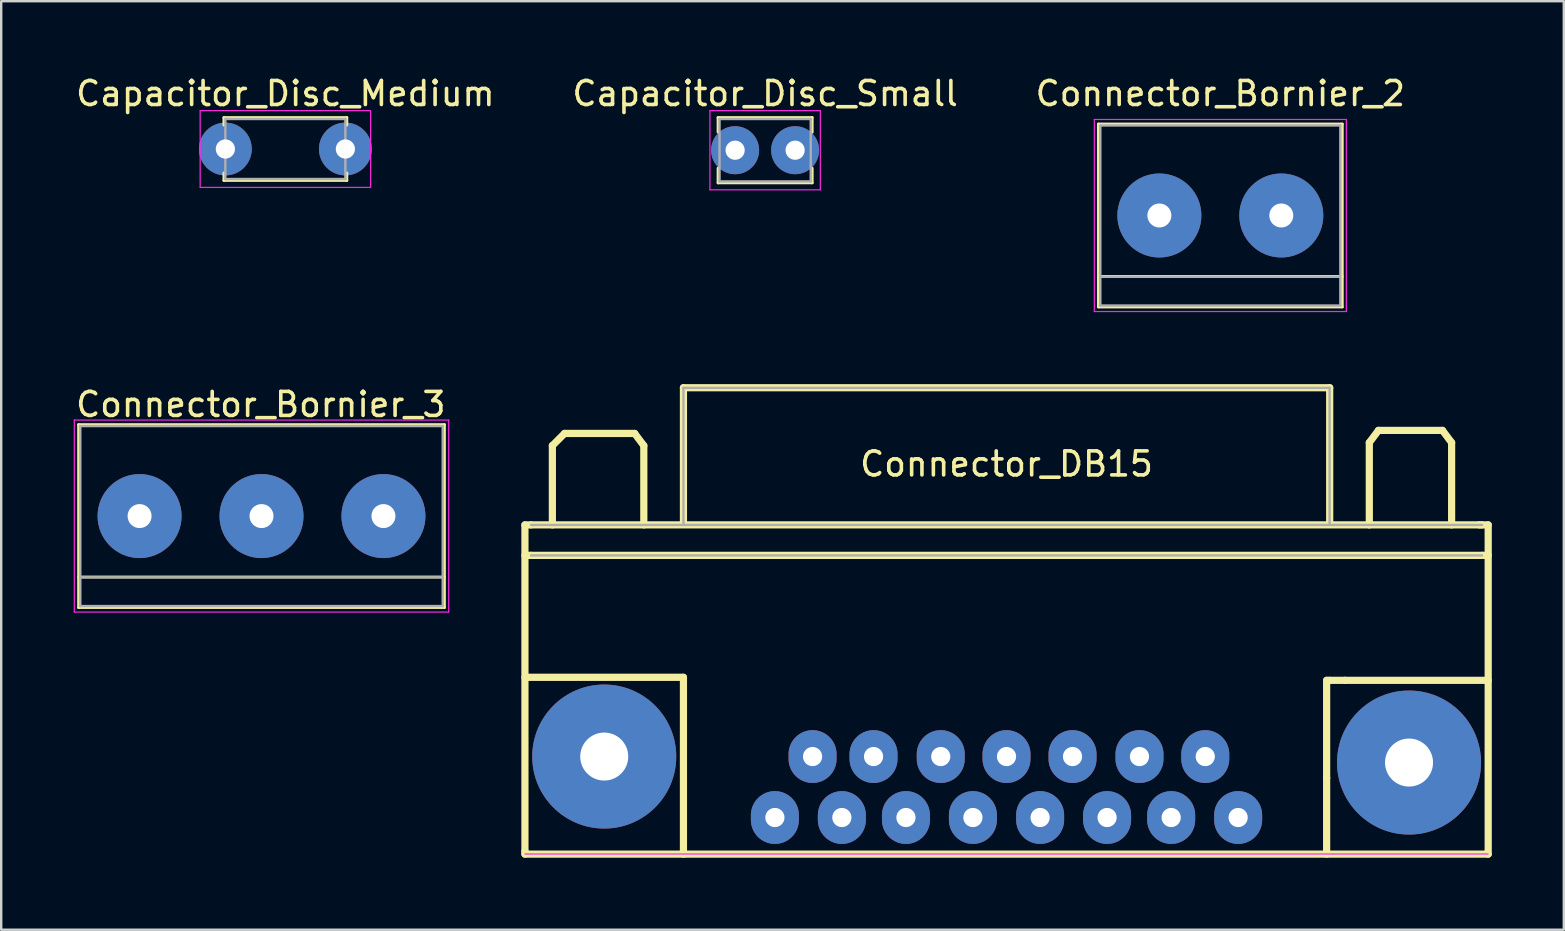
<source format=kicad_pcb>
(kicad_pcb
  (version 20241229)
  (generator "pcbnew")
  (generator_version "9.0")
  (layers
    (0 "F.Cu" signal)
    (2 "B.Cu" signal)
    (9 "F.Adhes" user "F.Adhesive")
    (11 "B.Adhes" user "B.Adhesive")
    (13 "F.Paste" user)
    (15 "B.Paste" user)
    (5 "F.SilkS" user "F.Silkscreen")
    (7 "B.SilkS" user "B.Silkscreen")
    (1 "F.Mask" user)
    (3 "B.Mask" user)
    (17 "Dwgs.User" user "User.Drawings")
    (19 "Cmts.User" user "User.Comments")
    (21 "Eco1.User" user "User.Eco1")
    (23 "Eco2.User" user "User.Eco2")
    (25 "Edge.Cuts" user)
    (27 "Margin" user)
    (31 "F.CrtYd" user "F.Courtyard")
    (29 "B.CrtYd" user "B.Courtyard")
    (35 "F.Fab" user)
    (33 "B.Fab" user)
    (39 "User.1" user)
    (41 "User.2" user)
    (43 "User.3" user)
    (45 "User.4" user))
  (footprint "Connector_Bornier_3"
    (layer "F.Cu")
    (at 2.765 18.451)
    (property "Reference" "Connector_Bornier_3" (at 5.05 -4.65 0) (layer "F.SilkS") (effects (font (size 1 1) (thickness 0.15))))
    (attr through_hole)
    (fp_line (start -2.54 -3.81) (end 12.7 -3.81) (stroke (width 0.12) (type solid)) (layer "F.SilkS"))
    (fp_line (start -2.54 2.54) (end 12.7 2.54) (stroke (width 0.12) (type solid)) (layer "F.SilkS"))
    (fp_line (start -2.54 3.81) (end -2.54 -3.81) (stroke (width 0.12) (type solid)) (layer "F.SilkS"))
    (fp_line (start -2.54 3.81) (end 12.7 3.81) (stroke (width 0.12) (type solid)) (layer "F.SilkS"))
    (fp_line (start 12.7 3.81) (end 12.7 -3.81) (stroke (width 0.12) (type solid)) (layer "F.SilkS"))
    (fp_line (start -2.72 -4) (end -2.72 4) (stroke (width 0.05) (type solid)) (layer "F.CrtYd"))
    (fp_line (start -2.72 -4) (end 12.88 -4) (stroke (width 0.05) (type solid)) (layer "F.CrtYd"))
    (fp_line (start 12.88 4) (end -2.72 4) (stroke (width 0.05) (type solid)) (layer "F.CrtYd"))
    (fp_line (start 12.88 4) (end 12.88 -4) (stroke (width 0.05) (type solid)) (layer "F.CrtYd"))
    (fp_line (start -2.47 -3.75) (end 12.63 -3.75) (stroke (width 0.1) (type solid)) (layer "F.Fab"))
    (fp_line (start -2.47 2.55) (end 12.63 2.55) (stroke (width 0.1) (type solid)) (layer "F.Fab"))
    (fp_line (start -2.47 3.75) (end -2.47 -3.75) (stroke (width 0.1) (type solid)) (layer "F.Fab"))
    (fp_line (start 12.63 -3.75) (end 12.63 3.75) (stroke (width 0.1) (type solid)) (layer "F.Fab"))
    (fp_line (start 12.63 3.75) (end -2.47 3.75) (stroke (width 0.1) (type solid)) (layer "F.Fab"))
    (pad "1" thru_hole circle (at 0 0) (size 3.5 3.5) (drill 1) (layers "*.Cu" "*.Mask"))
    (pad "2" thru_hole circle (at 5.08 0) (size 3.5 3.5) (drill 1) (layers "*.Cu" "*.Mask"))
    (pad "3" thru_hole circle (at 10.16 0) (size 3.5 3.5) (drill 1) (layers "*.Cu" "*.Mask")))
  (footprint "Capacitor_Disc_Medium"
    (layer "F.Cu")
    (at 6.339 3.158)
    (property "Reference" "Capacitor_Disc_Medium" (at 2.5 -2.31 0) (layer "F.SilkS") (effects (font (size 1 1) (thickness 0.15))))
    (attr through_hole)
    (fp_line (start -0.06 -1.31) (end -0.06 -0.996) (stroke (width 0.12) (type solid)) (layer "F.SilkS"))
    (fp_line (start -0.06 -1.31) (end 5.06 -1.31) (stroke (width 0.12) (type solid)) (layer "F.SilkS"))
    (fp_line (start -0.06 0.996) (end -0.06 1.31) (stroke (width 0.12) (type solid)) (layer "F.SilkS"))
    (fp_line (start -0.06 1.31) (end 5.06 1.31) (stroke (width 0.12) (type solid)) (layer "F.SilkS"))
    (fp_line (start 5.06 -1.31) (end 5.06 -0.996) (stroke (width 0.12) (type solid)) (layer "F.SilkS"))
    (fp_line (start 5.06 0.996) (end 5.06 1.31) (stroke (width 0.12) (type solid)) (layer "F.SilkS"))
    (fp_line (start -1.05 -1.6) (end -1.05 1.6) (stroke (width 0.05) (type solid)) (layer "F.CrtYd"))
    (fp_line (start -1.05 1.6) (end 6.05 1.6) (stroke (width 0.05) (type solid)) (layer "F.CrtYd"))
    (fp_line (start 6.05 -1.6) (end -1.05 -1.6) (stroke (width 0.05) (type solid)) (layer "F.CrtYd"))
    (fp_line (start 6.05 1.6) (end 6.05 -1.6) (stroke (width 0.05) (type solid)) (layer "F.CrtYd"))
    (fp_line (start 0 -1.25) (end 0 1.25) (stroke (width 0.1) (type solid)) (layer "F.Fab"))
    (fp_line (start 0 1.25) (end 5 1.25) (stroke (width 0.1) (type solid)) (layer "F.Fab"))
    (fp_line (start 5 -1.25) (end 0 -1.25) (stroke (width 0.1) (type solid)) (layer "F.Fab"))
    (fp_line (start 5 1.25) (end 5 -1.25) (stroke (width 0.1) (type solid)) (layer "F.Fab"))
    (pad "1" thru_hole circle (at 0 0) (size 2.2 2.2) (drill 0.8) (layers "*.Cu" "*.Mask"))
    (pad "2" thru_hole circle (at 5 0) (size 2.2 2.2) (drill 0.8) (layers "*.Cu" "*.Mask")))
  (footprint "Connector_Bornier_2"
    (layer "F.Cu")
    (at 45.252 5.928)
    (property "Reference" "Connector_Bornier_2" (at 2.54 -5.08 0) (layer "F.SilkS") (effects (font (size 1 1) (thickness 0.15))))
    (attr through_hole)
    (fp_line (start -2.54 -3.81) (end -2.54 3.81) (stroke (width 0.12) (type solid)) (layer "F.SilkS"))
    (fp_line (start -2.54 3.81) (end 7.62 3.81) (stroke (width 0.12) (type solid)) (layer "F.SilkS"))
    (fp_line (start 7.62 -3.81) (end -2.54 -3.81) (stroke (width 0.12) (type solid)) (layer "F.SilkS"))
    (fp_line (start 7.62 2.54) (end -2.54 2.54) (stroke (width 0.12) (type solid)) (layer "F.SilkS"))
    (fp_line (start 7.62 3.81) (end 7.62 -3.81) (stroke (width 0.12) (type solid)) (layer "F.SilkS"))
    (fp_line (start -2.71 -4) (end -2.71 4) (stroke (width 0.05) (type solid)) (layer "F.CrtYd"))
    (fp_line (start -2.71 -4) (end 7.79 -4) (stroke (width 0.05) (type solid)) (layer "F.CrtYd"))
    (fp_line (start 7.79 4) (end -2.71 4) (stroke (width 0.05) (type solid)) (layer "F.CrtYd"))
    (fp_line (start 7.79 4) (end 7.79 -4) (stroke (width 0.05) (type solid)) (layer "F.CrtYd"))
    (fp_line (start -2.46 -3.75) (end -2.46 3.75) (stroke (width 0.1) (type solid)) (layer "F.Fab"))
    (fp_line (start -2.46 3.75) (end 7.54 3.75) (stroke (width 0.1) (type solid)) (layer "F.Fab"))
    (fp_line (start -2.41 2.55) (end 7.49 2.55) (stroke (width 0.1) (type solid)) (layer "F.Fab"))
    (fp_line (start 7.54 -3.75) (end -2.46 -3.75) (stroke (width 0.1) (type solid)) (layer "F.Fab"))
    (fp_line (start 7.54 3.75) (end 7.54 -3.75) (stroke (width 0.1) (type solid)) (layer "F.Fab"))
    (pad "1" thru_hole circle (at 0 0) (size 3.5 3.5) (drill 1) (layers "*.Cu" "*.Mask"))
    (pad "2" thru_hole circle (at 5.08 0) (size 3.5 3.5) (drill 1) (layers "*.Cu" "*.Mask")))
  (footprint "Capacitor_Disc_Small"
    (layer "F.Cu")
    (at 27.577 3.208)
    (property "Reference" "Capacitor_Disc_Small" (at 1.25 -2.36 0) (layer "F.SilkS") (effects (font (size 1 1) (thickness 0.15))))
    (attr through_hole)
    (fp_line (start -0.71 -1.36) (end -0.71 -0.75) (stroke (width 0.12) (type solid)) (layer "F.SilkS"))
    (fp_line (start -0.71 -1.36) (end 3.21 -1.36) (stroke (width 0.12) (type solid)) (layer "F.SilkS"))
    (fp_line (start -0.71 0.75) (end -0.71 1.36) (stroke (width 0.12) (type solid)) (layer "F.SilkS"))
    (fp_line (start -0.71 1.36) (end 3.21 1.36) (stroke (width 0.12) (type solid)) (layer "F.SilkS"))
    (fp_line (start 3.21 -1.36) (end 3.21 -0.75) (stroke (width 0.12) (type solid)) (layer "F.SilkS"))
    (fp_line (start 3.21 0.75) (end 3.21 1.36) (stroke (width 0.12) (type solid)) (layer "F.SilkS"))
    (fp_line (start -1.05 -1.65) (end -1.05 1.65) (stroke (width 0.05) (type solid)) (layer "F.CrtYd"))
    (fp_line (start -1.05 1.65) (end 3.55 1.65) (stroke (width 0.05) (type solid)) (layer "F.CrtYd"))
    (fp_line (start 3.55 -1.65) (end -1.05 -1.65) (stroke (width 0.05) (type solid)) (layer "F.CrtYd"))
    (fp_line (start 3.55 1.65) (end 3.55 -1.65) (stroke (width 0.05) (type solid)) (layer "F.CrtYd"))
    (fp_line (start -0.65 -1.3) (end -0.65 1.3) (stroke (width 0.1) (type solid)) (layer "F.Fab"))
    (fp_line (start -0.65 1.3) (end 3.15 1.3) (stroke (width 0.1) (type solid)) (layer "F.Fab"))
    (fp_line (start 3.15 -1.3) (end -0.65 -1.3) (stroke (width 0.1) (type solid)) (layer "F.Fab"))
    (fp_line (start 3.15 1.3) (end 3.15 -1.3) (stroke (width 0.1) (type solid)) (layer "F.Fab"))
    (pad "1" thru_hole circle (at 0 0) (size 2 2) (drill 0.8) (layers "*.Cu" "*.Mask"))
    (pad "2" thru_hole circle (at 2.5 0) (size 2 2) (drill 0.8) (layers "*.Cu" "*.Mask")))
  (footprint "Connector_DB15"
    (layer "F.Cu")
    (at 29.234 31.01)
    (property "Reference" "Connector_DB15" (at 9.65 -14.73 0) (layer "F.SilkS") (effects (font (size 1 1) (thickness 0.15))))
    (attr through_hole)
    (fp_line (start -10.414 -12.192) (end -10.414 1.397) (stroke (width 0.3) (type solid)) (layer "F.SilkS"))
    (fp_line (start -10.414 -10.922) (end -10.16 -10.922) (stroke (width 0.3) (type solid)) (layer "F.SilkS"))
    (fp_line (start -10.414 -5.842) (end -3.81 -5.842) (stroke (width 0.3) (type solid)) (layer "F.SilkS"))
    (fp_line (start -10.414 1.397) (end -10.414 1.524) (stroke (width 0.3) (type solid)) (layer "F.SilkS"))
    (fp_line (start -10.414 1.524) (end 29.718 1.524) (stroke (width 0.3) (type solid)) (layer "F.SilkS"))
    (fp_line (start -10.16 -12.192) (end -10.414 -12.192) (stroke (width 0.3) (type solid)) (layer "F.SilkS"))
    (fp_line (start -10.16 -10.922) (end 29.464 -10.922) (stroke (width 0.3) (type solid)) (layer "F.SilkS"))
    (fp_line (start -9.271 -15.494) (end -8.763 -16.002) (stroke (width 0.3) (type solid)) (layer "F.SilkS"))
    (fp_line (start -9.271 -12.192) (end -9.271 -15.494) (stroke (width 0.3) (type solid)) (layer "F.SilkS"))
    (fp_line (start -8.763 -16.002) (end -5.842 -16.002) (stroke (width 0.3) (type solid)) (layer "F.SilkS"))
    (fp_line (start -5.842 -16.002) (end -5.461 -15.494) (stroke (width 0.3) (type solid)) (layer "F.SilkS"))
    (fp_line (start -5.461 -15.494) (end -5.461 -12.192) (stroke (width 0.3) (type solid)) (layer "F.SilkS"))
    (fp_line (start -3.81 -17.907) (end -3.81 -12.319) (stroke (width 0.3) (type solid)) (layer "F.SilkS"))
    (fp_line (start -3.81 -17.907) (end 23.114 -17.907) (stroke (width 0.3) (type solid)) (layer "F.SilkS"))
    (fp_line (start -3.81 -5.842) (end -3.81 1.524) (stroke (width 0.3) (type solid)) (layer "F.SilkS"))
    (fp_line (start 22.987 -5.715) (end 22.987 -1.651) (stroke (width 0.3) (type solid)) (layer "F.SilkS"))
    (fp_line (start 22.987 -1.651) (end 22.987 1.524) (stroke (width 0.3) (type solid)) (layer "F.SilkS"))
    (fp_line (start 23.114 -17.907) (end 23.114 -12.319) (stroke (width 0.3) (type solid)) (layer "F.SilkS"))
    (fp_line (start 23.114 -5.715) (end 22.987 -5.715) (stroke (width 0.3) (type solid)) (layer "F.SilkS"))
    (fp_line (start 23.749 -5.715) (end 23.114 -5.715) (stroke (width 0.3) (type solid)) (layer "F.SilkS"))
    (fp_line (start 24.765 -15.621) (end 24.765 -12.192) (stroke (width 0.3) (type solid)) (layer "F.SilkS"))
    (fp_line (start 25.146 -16.129) (end 24.765 -15.621) (stroke (width 0.3) (type solid)) (layer "F.SilkS"))
    (fp_line (start 27.813 -16.129) (end 25.146 -16.129) (stroke (width 0.3) (type solid)) (layer "F.SilkS"))
    (fp_line (start 28.194 -15.621) (end 27.813 -16.129) (stroke (width 0.3) (type solid)) (layer "F.SilkS"))
    (fp_line (start 28.194 -12.192) (end 28.194 -15.621) (stroke (width 0.3) (type solid)) (layer "F.SilkS"))
    (fp_line (start 29.464 -12.192) (end -10.16 -12.192) (stroke (width 0.3) (type solid)) (layer "F.SilkS"))
    (fp_line (start 29.464 -10.922) (end 29.718 -10.922) (stroke (width 0.3) (type solid)) (layer "F.SilkS"))
    (fp_line (start 29.718 -12.192) (end 29.337 -12.192) (stroke (width 0.3) (type solid)) (layer "F.SilkS"))
    (fp_line (start 29.718 -5.715) (end 23.749 -5.715) (stroke (width 0.3) (type solid)) (layer "F.SilkS"))
    (fp_line (start 29.718 1.524) (end 29.718 -12.192) (stroke (width 0.3) (type solid)) (layer "F.SilkS"))
    (fp_line (start 29.71 1.52) (end -10.41 1.52) (stroke (width 0.05) (type solid)) (layer "F.CrtYd"))
    (fp_line (start -3.81 -17.9) (end -3.81 -12.19) (stroke (width 0.1) (type solid)) (layer "F.Fab"))
    (fp_line (start -3.81 -17.9) (end 23.11 -17.9) (stroke (width 0.1) (type solid)) (layer "F.Fab"))
    (fp_line (start 23.11 -12.19) (end 23.11 -17.9) (stroke (width 0.1) (type solid)) (layer "F.Fab"))
    (fp_line (start 29.46 -12.19) (end -10.16 -12.19) (stroke (width 0.1) (type solid)) (layer "F.Fab"))
    (fp_line (start 29.46 -10.92) (end -10.16 -10.92) (stroke (width 0.1) (type solid)) (layer "F.Fab"))
    (pad "0" thru_hole oval (at -7.11 -2.54) (size 6 6) (drill 2) (layers "*.Cu" "*.Mask"))
    (pad "0" thru_hole oval (at 26.42 -2.29) (size 6 6) (drill 2) (layers "*.Cu" "*.Mask"))
    (pad "1" thru_hole oval (at 0 0) (size 2 2.2) (drill 0.8) (layers "*.Cu" "*.Mask"))
    (pad "2" thru_hole oval (at 2.79 0) (size 2 2.2) (drill 0.8) (layers "*.Cu" "*.Mask"))
    (pad "3" thru_hole oval (at 5.46 0) (size 2 2.2) (drill 0.8) (layers "*.Cu" "*.Mask"))
    (pad "4" thru_hole oval (at 8.25 0) (size 2 2.2) (drill 0.8) (layers "*.Cu" "*.Mask"))
    (pad "5" thru_hole oval (at 11.05 0) (size 2 2.2) (drill 0.8) (layers "*.Cu" "*.Mask"))
    (pad "6" thru_hole oval (at 13.84 0) (size 2 2.2) (drill 0.8) (layers "*.Cu" "*.Mask"))
    (pad "7" thru_hole oval (at 16.51 0) (size 2 2.2) (drill 0.8) (layers "*.Cu" "*.Mask"))
    (pad "8" thru_hole oval (at 19.3 0) (size 2 2.2) (drill 0.8) (layers "*.Cu" "*.Mask"))
    (pad "9" thru_hole oval (at 1.57 -2.54) (size 2 2.2) (drill 0.8) (layers "*.Cu" "*.Mask"))
    (pad "10" thru_hole oval (at 4.11 -2.54) (size 2 2.2) (drill 0.8) (layers "*.Cu" "*.Mask"))
    (pad "11" thru_hole oval (at 6.91 -2.54) (size 2 2.2) (drill 0.8) (layers "*.Cu" "*.Mask"))
    (pad "12" thru_hole oval (at 9.65 -2.54) (size 2 2.2) (drill 0.8) (layers "*.Cu" "*.Mask"))
    (pad "13" thru_hole oval (at 12.4 -2.54) (size 2 2.2) (drill 0.8) (layers "*.Cu" "*.Mask"))
    (pad "14" thru_hole oval (at 15.19 -2.54) (size 2 2.2) (drill 0.8) (layers "*.Cu" "*.Mask"))
    (pad "15" thru_hole oval (at 17.93 -2.54) (size 2 2.2) (drill 0.8) (layers "*.Cu" "*.Mask")))
  (gr_rect
    (start -3 -3)
    (end 62.102 35.684)
    (stroke (width 0.1) (type default))
    (fill no)
    (layer "Edge.Cuts")))
</source>
